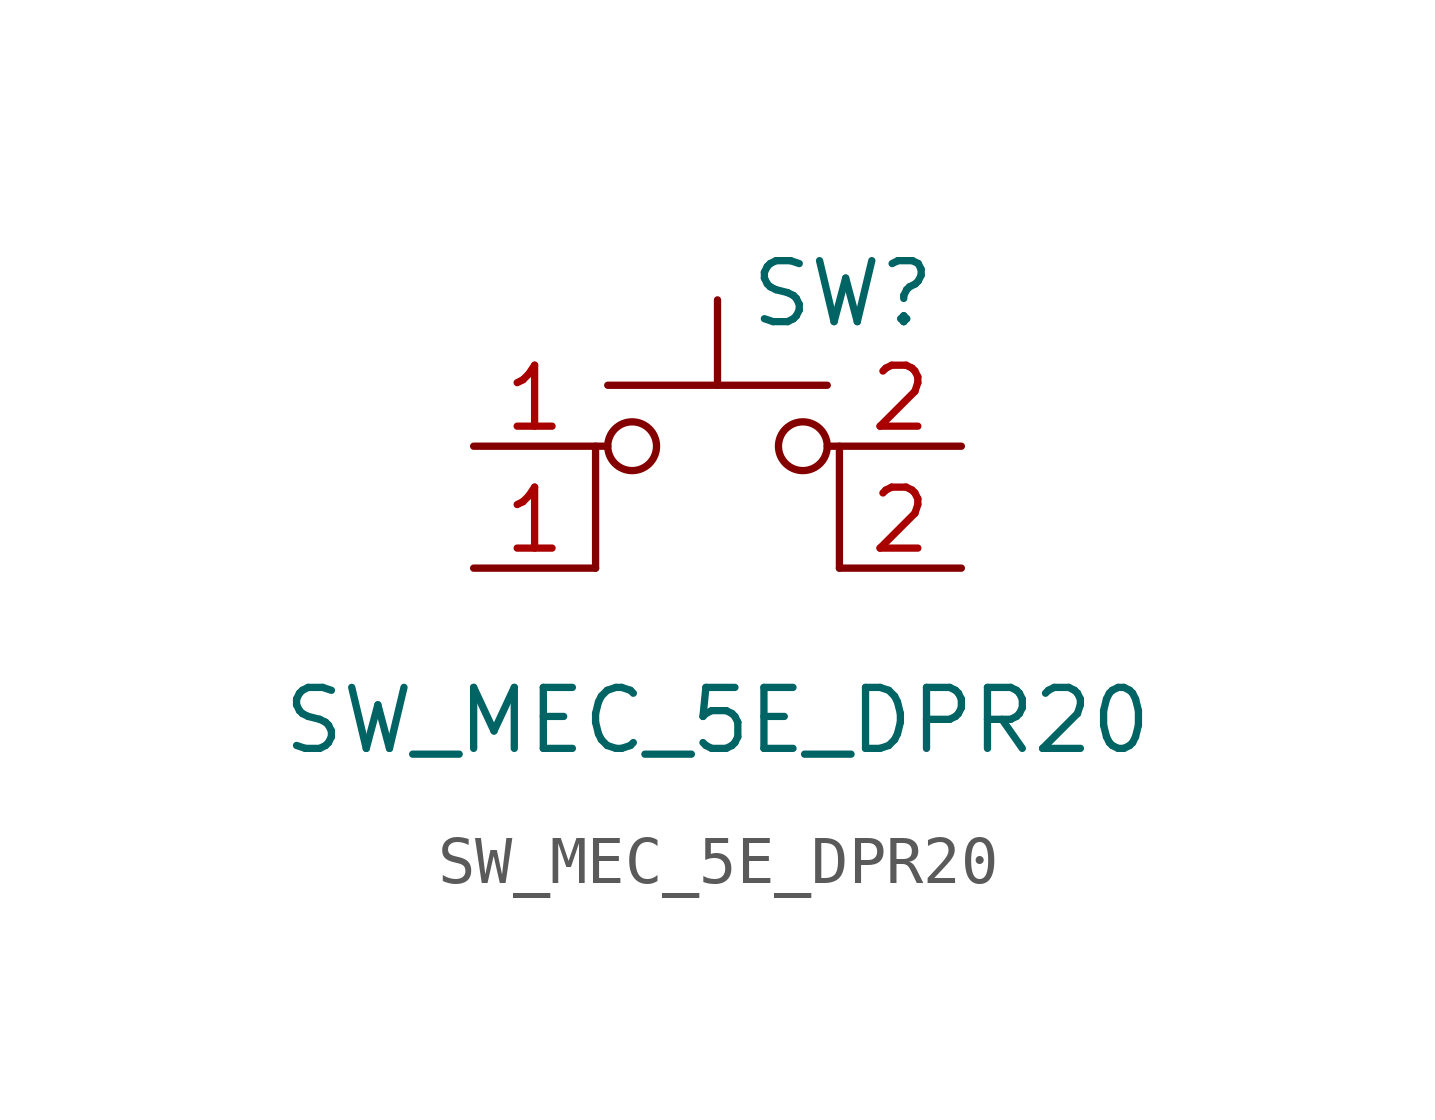
<source format=kicad_sym>
(kicad_symbol_lib
  (version 20220914)
  (generator kicad_symbol_editor)
  (symbol "SW_MEC_5E_DPR20"
    (pin_names
      (offset 1.016) hide)
    (property "Reference" "SW"
      (at 0.635 5.715 0)
      (effects (font (size 1.27 1.27)) (justify left)))
    (property "Value" "SW_MEC_5E_DPR20"
      (at 0 -3.175 0)
      (effects (font (size 1.27 1.27))))
    (symbol "SW_MEC_5E_DPR20_0_1"
      (circle (center -1.778 2.54) (radius 0.508) (stroke (width 0) (type default)) (fill (type none)))
      (polyline (pts (xy -2.286 3.81) (xy 2.286 3.81)) (stroke (width 0) (type default)) (fill (type none)))
      (polyline (pts (xy 0 3.81) (xy 0 5.588)) (stroke (width 0) (type default)) (fill (type none)))
      (polyline (pts (xy -2.54 0) (xy -2.54 2.54) (xy -2.286 2.54)) (stroke (width 0) (type default)) (fill (type none)))
      (polyline (pts (xy 2.54 0) (xy 2.54 2.54) (xy 2.286 2.54)) (stroke (width 0) (type default)) (fill (type none)))
      (circle (center 1.778 2.54) (radius 0.508) (stroke (width 0) (type default)) (fill (type none))))
    (symbol "SW_MEC_5E_DPR20_1_1"
      (pin passive line (at -5.08 0 0) (length 2.54) (name "1" (effects (font (size 1.27 1.27)))) (number "1" (effects (font (size 1.27 1.27)))))
      (pin passive line (at -5.08 2.54 0) (length 2.54) (name "1" (effects (font (size 1.27 1.27)))) (number "1" (effects (font (size 1.27 1.27)))))
      (pin passive line (at 5.08 0 180) (length 2.54) (name "2" (effects (font (size 1.27 1.27)))) (number "2" (effects (font (size 1.27 1.27)))))
      (pin passive line (at 5.08 2.54 180) (length 2.54) (name "2" (effects (font (size 1.27 1.27)))) (number "2" (effects (font (size 1.27 1.27))))))))
</source>
